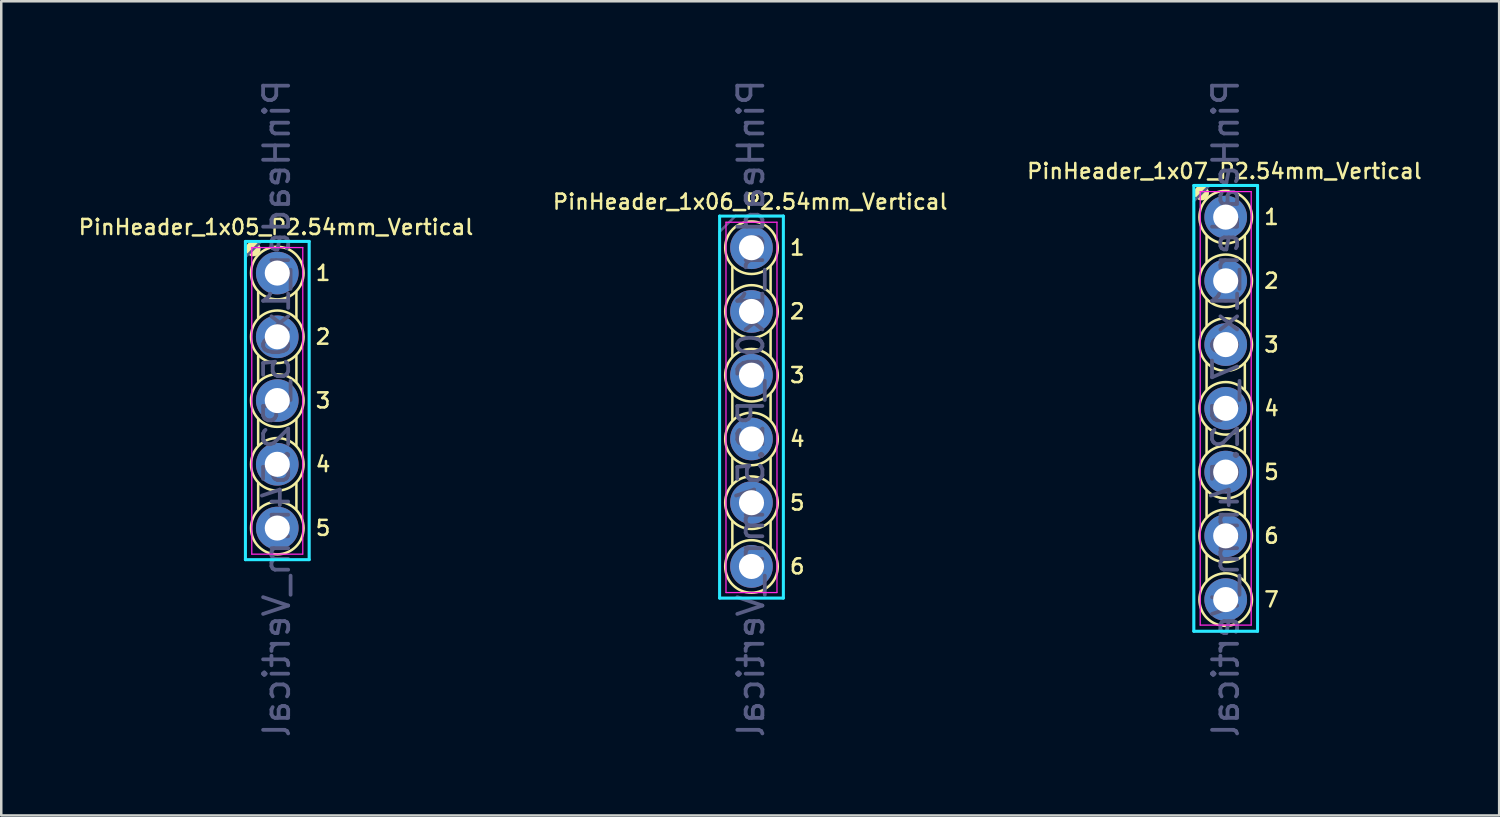
<source format=kicad_pcb>
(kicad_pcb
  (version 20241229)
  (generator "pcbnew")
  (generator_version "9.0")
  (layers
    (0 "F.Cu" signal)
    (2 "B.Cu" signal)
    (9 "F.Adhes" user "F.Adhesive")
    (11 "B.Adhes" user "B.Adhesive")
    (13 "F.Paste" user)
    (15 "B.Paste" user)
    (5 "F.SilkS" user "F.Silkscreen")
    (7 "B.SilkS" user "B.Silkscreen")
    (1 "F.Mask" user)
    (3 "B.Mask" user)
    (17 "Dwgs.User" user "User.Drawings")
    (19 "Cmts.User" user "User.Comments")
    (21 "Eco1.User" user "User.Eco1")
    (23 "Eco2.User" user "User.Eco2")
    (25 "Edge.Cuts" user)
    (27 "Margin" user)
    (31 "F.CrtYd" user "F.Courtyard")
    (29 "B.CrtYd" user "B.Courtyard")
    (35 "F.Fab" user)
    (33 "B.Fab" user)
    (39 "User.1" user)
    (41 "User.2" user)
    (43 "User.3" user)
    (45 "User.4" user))
  (footprint "PinHeader_1x06_P2.54mm_Vertical"
    (layer "F.Cu")
    (at 26.892 6.82)
    (property "Reference" "PinHeader_1x06_P2.54mm_Vertical" (at -0.051 -1.829 0) (layer "F.SilkS") (effects (font (size 0.6 0.6) (thickness 0.1))))
    (attr through_hole)
    (fp_line (start -0.762 0.762) (end -0.762 1.778) (stroke (width 0.1) (type solid)) (layer "F.SilkS"))
    (fp_line (start -0.762 3.302) (end -0.762 4.318) (stroke (width 0.1) (type solid)) (layer "F.SilkS"))
    (fp_line (start -0.762 5.842) (end -0.762 6.858) (stroke (width 0.1) (type solid)) (layer "F.SilkS"))
    (fp_line (start -0.762 8.382) (end -0.762 9.398) (stroke (width 0.1) (type solid)) (layer "F.SilkS"))
    (fp_line (start -0.762 10.922) (end -0.762 11.938) (stroke (width 0.1) (type solid)) (layer "F.SilkS"))
    (fp_line (start 0.762 0.762) (end 0.762 1.778) (stroke (width 0.1) (type solid)) (layer "F.SilkS"))
    (fp_line (start 0.762 3.302) (end 0.762 4.318) (stroke (width 0.1) (type solid)) (layer "F.SilkS"))
    (fp_line (start 0.762 5.842) (end 0.762 6.858) (stroke (width 0.1) (type solid)) (layer "F.SilkS"))
    (fp_line (start 0.762 8.382) (end 0.762 9.398) (stroke (width 0.1) (type solid)) (layer "F.SilkS"))
    (fp_line (start 0.762 10.922) (end 0.762 11.938) (stroke (width 0.1) (type solid)) (layer "F.SilkS"))
    (fp_circle (center 0 0) (end 0.813 0.66) (stroke (width 0.1) (type solid)) (fill no) (layer "F.SilkS"))
    (fp_circle (center 0 2.54) (end 0.813 3.2) (stroke (width 0.1) (type solid)) (fill no) (layer "F.SilkS"))
    (fp_circle (center 0 5.08) (end 0.813 5.74) (stroke (width 0.1) (type solid)) (fill no) (layer "F.SilkS"))
    (fp_circle (center 0 7.62) (end 0.813 8.28) (stroke (width 0.1) (type solid)) (fill no) (layer "F.SilkS"))
    (fp_circle (center 0 10.16) (end 0.813 10.82) (stroke (width 0.1) (type solid)) (fill no) (layer "F.SilkS"))
    (fp_circle (center 0 12.7) (end 0.813 13.36) (stroke (width 0.1) (type solid)) (fill no) (layer "F.SilkS"))
    (fp_line (start -1.27 -1.26) (end -1.27 13.96) (stroke (width 0.12) (type solid)) (layer "B.CrtYd"))
    (fp_line (start -1.27 13.96) (end 1.27 13.96) (stroke (width 0.12) (type solid)) (layer "B.CrtYd"))
    (fp_line (start 1.27 -1.26) (end -1.27 -1.26) (stroke (width 0.12) (type solid)) (layer "B.CrtYd"))
    (fp_line (start 1.27 13.96) (end 1.27 -1.26) (stroke (width 0.12) (type solid)) (layer "B.CrtYd"))
    (fp_line (start -1.016 -1.016) (end -1.016 13.74) (stroke (width 0.05) (type solid)) (layer "F.CrtYd"))
    (fp_line (start -1.012 13.74) (end 1.01 13.74) (stroke (width 0.05) (type solid)) (layer "F.CrtYd"))
    (fp_line (start 1.016 -1.016) (end -1.016 -1.016) (stroke (width 0.05) (type solid)) (layer "F.CrtYd"))
    (fp_line (start 1.016 13.74) (end 1.016 -1.016) (stroke (width 0.05) (type solid)) (layer "F.CrtYd"))
    (fp_line (start -1.27 -0.635) (end -0.635 -1.27) (stroke (width 0.1) (type solid)) (layer "B.Fab"))
    (fp_line (start -1.27 13.95) (end -1.27 -0.635) (stroke (width 0.1) (type solid)) (layer "B.Fab"))
    (fp_line (start -0.635 -1.27) (end 1.27 -1.27) (stroke (width 0.1) (type solid)) (layer "B.Fab"))
    (fp_line (start 1.27 -1.27) (end 1.27 13.96) (stroke (width 0.1) (type solid)) (layer "B.Fab"))
    (fp_line (start 1.27 13.96) (end -1.27 13.96) (stroke (width 0.1) (type solid)) (layer "B.Fab"))
    (fp_text user "5" (at 1.473 10.16 0) (layer "F.SilkS") (effects (font (size 0.6 0.6) (thickness 0.1)) (justify left)))
    (fp_text user "1" (at 1.473 0 0) (layer "F.SilkS") (effects (font (size 0.6 0.6) (thickness 0.1)) (justify left)))
    (fp_text user "2" (at 1.473 2.54 0) (layer "F.SilkS") (effects (font (size 0.6 0.6) (thickness 0.1)) (justify left)))
    (fp_text user "6" (at 1.473 12.7 0) (layer "F.SilkS") (effects (font (size 0.6 0.6) (thickness 0.1)) (justify left)))
    (fp_text user "4" (at 1.473 7.62 0) (layer "F.SilkS") (effects (font (size 0.6 0.6) (thickness 0.1)) (justify left)))
    (fp_text user "3" (at 1.473 5.08 0) (layer "F.SilkS") (effects (font (size 0.6 0.6) (thickness 0.1)) (justify left)))
    (fp_text user "${REFERENCE}" (at -0.02 6.4 90) (layer "B.Fab") (effects (font (size 1 1) (thickness 0.15)) (justify mirror)))
    (pad "1" thru_hole circle (at 0 0) (size 1.7 1.7) (drill 1) (layers "*.Cu" "*.Mask"))
    (pad "2" thru_hole oval (at 0 2.54) (size 1.7 1.7) (drill 1) (layers "*.Cu" "*.Mask"))
    (pad "3" thru_hole oval (at 0 5.08) (size 1.7 1.7) (drill 1) (layers "*.Cu" "*.Mask"))
    (pad "4" thru_hole oval (at 0 7.62) (size 1.7 1.7) (drill 1) (layers "*.Cu" "*.Mask"))
    (pad "5" thru_hole oval (at 0 10.16) (size 1.7 1.7) (drill 1) (layers "*.Cu" "*.Mask"))
    (pad "6" thru_hole oval (at 0 12.7) (size 1.7 1.7) (drill 1) (layers "*.Cu" "*.Mask")))
  (footprint "PinHeader_1x05_P2.54mm_Vertical"
    (layer "F.Cu")
    (at 7.998 7.83)
    (property "Reference" "PinHeader_1x05_P2.54mm_Vertical" (at -0.051 -1.829 0) (layer "F.SilkS") (effects (font (size 0.6 0.6) (thickness 0.1))))
    (attr through_hole)
    (fp_line (start -0.762 0.762) (end -0.762 1.778) (stroke (width 0.1) (type solid)) (layer "F.SilkS"))
    (fp_line (start -0.762 3.302) (end -0.762 4.318) (stroke (width 0.1) (type solid)) (layer "F.SilkS"))
    (fp_line (start -0.762 5.842) (end -0.762 6.858) (stroke (width 0.1) (type solid)) (layer "F.SilkS"))
    (fp_line (start -0.762 8.382) (end -0.762 9.398) (stroke (width 0.1) (type solid)) (layer "F.SilkS"))
    (fp_line (start 0.762 0.762) (end 0.762 1.778) (stroke (width 0.1) (type solid)) (layer "F.SilkS"))
    (fp_line (start 0.762 3.302) (end 0.762 4.318) (stroke (width 0.1) (type solid)) (layer "F.SilkS"))
    (fp_line (start 0.762 5.842) (end 0.762 6.858) (stroke (width 0.1) (type solid)) (layer "F.SilkS"))
    (fp_line (start 0.762 8.382) (end 0.762 9.398) (stroke (width 0.1) (type solid)) (layer "F.SilkS"))
    (fp_circle (center -0.965 -0.965) (end -0.965 -0.965) (stroke (width 0.3) (type solid)) (fill no) (layer "F.SilkS"))
    (fp_circle (center 0 0) (end 0.813 0.66) (stroke (width 0.1) (type solid)) (fill no) (layer "F.SilkS"))
    (fp_circle (center 0 2.54) (end 0.813 3.2) (stroke (width 0.1) (type solid)) (fill no) (layer "F.SilkS"))
    (fp_circle (center 0 5.08) (end 0.813 5.74) (stroke (width 0.1) (type solid)) (fill no) (layer "F.SilkS"))
    (fp_circle (center 0 7.62) (end 0.813 8.28) (stroke (width 0.1) (type solid)) (fill no) (layer "F.SilkS"))
    (fp_circle (center 0 10.16) (end 0.813 10.82) (stroke (width 0.1) (type solid)) (fill no) (layer "F.SilkS"))
    (fp_line (start -1.27 -1.26) (end -1.27 11.42) (stroke (width 0.12) (type solid)) (layer "B.CrtYd"))
    (fp_line (start -1.27 11.42) (end 1.27 11.42) (stroke (width 0.12) (type solid)) (layer "B.CrtYd"))
    (fp_line (start 1.27 -1.26) (end -1.27 -1.26) (stroke (width 0.12) (type solid)) (layer "B.CrtYd"))
    (fp_line (start 1.27 11.42) (end 1.27 -1.26) (stroke (width 0.12) (type solid)) (layer "B.CrtYd"))
    (fp_line (start -1.016 -1.016) (end -1.016 11.2) (stroke (width 0.05) (type solid)) (layer "F.CrtYd"))
    (fp_line (start -1.012 11.2) (end 1.01 11.2) (stroke (width 0.05) (type solid)) (layer "F.CrtYd"))
    (fp_line (start 1.016 -1.016) (end -1.016 -1.016) (stroke (width 0.05) (type solid)) (layer "F.CrtYd"))
    (fp_line (start 1.016 11.2) (end 1.016 -1.016) (stroke (width 0.05) (type solid)) (layer "F.CrtYd"))
    (fp_line (start -1.27 -0.635) (end -0.635 -1.27) (stroke (width 0.1) (type solid)) (layer "B.Fab"))
    (fp_line (start -1.27 11.41) (end -1.27 -0.635) (stroke (width 0.1) (type solid)) (layer "B.Fab"))
    (fp_line (start -0.635 -1.27) (end 1.27 -1.27) (stroke (width 0.1) (type solid)) (layer "B.Fab"))
    (fp_line (start 1.27 -1.27) (end 1.27 11.42) (stroke (width 0.1) (type solid)) (layer "B.Fab"))
    (fp_line (start 1.27 11.42) (end -1.27 11.42) (stroke (width 0.1) (type solid)) (layer "B.Fab"))
    (fp_text user "5" (at 1.473 10.16 0) (layer "F.SilkS") (effects (font (size 0.6 0.6) (thickness 0.1)) (justify left)))
    (fp_text user "4" (at 1.473 7.62 0) (layer "F.SilkS") (effects (font (size 0.6 0.6) (thickness 0.1)) (justify left)))
    (fp_text user "2" (at 1.473 2.54 0) (layer "F.SilkS") (effects (font (size 0.6 0.6) (thickness 0.1)) (justify left)))
    (fp_text user "3" (at 1.473 5.08 0) (layer "F.SilkS") (effects (font (size 0.6 0.6) (thickness 0.1)) (justify left)))
    (fp_text user "1" (at 1.473 0 0) (layer "F.SilkS") (effects (font (size 0.6 0.6) (thickness 0.1)) (justify left)))
    (fp_text user "${REFERENCE}" (at -0.02 5.39 90) (layer "B.Fab") (effects (font (size 1 1) (thickness 0.15)) (justify mirror)))
    (pad "1" thru_hole circle (at 0 0) (size 1.7 1.7) (drill 1) (layers "*.Cu" "*.Mask"))
    (pad "2" thru_hole oval (at 0 2.54) (size 1.7 1.7) (drill 1) (layers "*.Cu" "*.Mask"))
    (pad "3" thru_hole oval (at 0 5.08) (size 1.7 1.7) (drill 1) (layers "*.Cu" "*.Mask"))
    (pad "4" thru_hole oval (at 0 7.62) (size 1.7 1.7) (drill 1) (layers "*.Cu" "*.Mask"))
    (pad "5" thru_hole oval (at 0 10.16) (size 1.7 1.7) (drill 1) (layers "*.Cu" "*.Mask")))
  (footprint "PinHeader_1x07_P2.54mm_Vertical"
    (layer "F.Cu")
    (at 45.787 5.6)
    (property "Reference" "PinHeader_1x07_P2.54mm_Vertical" (at -0.051 -1.829 0) (layer "F.SilkS") (effects (font (size 0.6 0.6) (thickness 0.1))))
    (attr through_hole)
    (fp_line (start -0.762 0.762) (end -0.762 1.778) (stroke (width 0.1) (type solid)) (layer "F.SilkS"))
    (fp_line (start -0.762 3.302) (end -0.762 4.318) (stroke (width 0.1) (type solid)) (layer "F.SilkS"))
    (fp_line (start -0.762 5.842) (end -0.762 6.858) (stroke (width 0.1) (type solid)) (layer "F.SilkS"))
    (fp_line (start -0.762 8.382) (end -0.762 9.398) (stroke (width 0.1) (type solid)) (layer "F.SilkS"))
    (fp_line (start -0.762 10.922) (end -0.762 11.938) (stroke (width 0.1) (type solid)) (layer "F.SilkS"))
    (fp_line (start -0.762 13.462) (end -0.762 14.478) (stroke (width 0.1) (type solid)) (layer "F.SilkS"))
    (fp_line (start 0.762 0.762) (end 0.762 1.778) (stroke (width 0.1) (type solid)) (layer "F.SilkS"))
    (fp_line (start 0.762 3.302) (end 0.762 4.318) (stroke (width 0.1) (type solid)) (layer "F.SilkS"))
    (fp_line (start 0.762 5.842) (end 0.762 6.858) (stroke (width 0.1) (type solid)) (layer "F.SilkS"))
    (fp_line (start 0.762 8.382) (end 0.762 9.398) (stroke (width 0.1) (type solid)) (layer "F.SilkS"))
    (fp_line (start 0.762 10.922) (end 0.762 11.938) (stroke (width 0.1) (type solid)) (layer "F.SilkS"))
    (fp_line (start 0.762 13.462) (end 0.762 14.478) (stroke (width 0.1) (type solid)) (layer "F.SilkS"))
    (fp_circle (center -0.965 -0.965) (end -0.965 -0.965) (stroke (width 0.3) (type solid)) (fill no) (layer "F.SilkS"))
    (fp_circle (center 0 0) (end 0.813 0.66) (stroke (width 0.1) (type solid)) (fill no) (layer "F.SilkS"))
    (fp_circle (center 0 2.54) (end 0.813 3.2) (stroke (width 0.1) (type solid)) (fill no) (layer "F.SilkS"))
    (fp_circle (center 0 5.08) (end 0.813 5.74) (stroke (width 0.1) (type solid)) (fill no) (layer "F.SilkS"))
    (fp_circle (center 0 7.62) (end 0.813 8.28) (stroke (width 0.1) (type solid)) (fill no) (layer "F.SilkS"))
    (fp_circle (center 0 10.16) (end 0.813 10.82) (stroke (width 0.1) (type solid)) (fill no) (layer "F.SilkS"))
    (fp_circle (center 0 12.7) (end 0.813 13.36) (stroke (width 0.1) (type solid)) (fill no) (layer "F.SilkS"))
    (fp_circle (center 0 15.24) (end 0.813 15.9) (stroke (width 0.1) (type solid)) (fill no) (layer "F.SilkS"))
    (fp_line (start -1.27 -1.26) (end -1.27 16.5) (stroke (width 0.12) (type solid)) (layer "B.CrtYd"))
    (fp_line (start -1.27 16.5) (end 1.27 16.5) (stroke (width 0.12) (type solid)) (layer "B.CrtYd"))
    (fp_line (start 1.27 -1.26) (end -1.27 -1.26) (stroke (width 0.12) (type solid)) (layer "B.CrtYd"))
    (fp_line (start 1.27 16.5) (end 1.27 -1.26) (stroke (width 0.12) (type solid)) (layer "B.CrtYd"))
    (fp_line (start -1.016 -1.016) (end -1.016 16.256) (stroke (width 0.05) (type solid)) (layer "F.CrtYd"))
    (fp_line (start -1.016 16.256) (end 1.016 16.256) (stroke (width 0.05) (type solid)) (layer "F.CrtYd"))
    (fp_line (start 1.016 -1.016) (end -1.016 -1.016) (stroke (width 0.05) (type solid)) (layer "F.CrtYd"))
    (fp_line (start 1.016 16.256) (end 1.016 -1.016) (stroke (width 0.05) (type solid)) (layer "F.CrtYd"))
    (fp_line (start -1.27 -0.635) (end -0.635 -1.27) (stroke (width 0.1) (type solid)) (layer "B.Fab"))
    (fp_line (start -1.27 16.51) (end -1.27 -0.635) (stroke (width 0.1) (type solid)) (layer "B.Fab"))
    (fp_line (start -0.635 -1.27) (end 1.27 -1.27) (stroke (width 0.1) (type solid)) (layer "B.Fab"))
    (fp_line (start 1.27 -1.27) (end 1.27 16.51) (stroke (width 0.1) (type solid)) (layer "B.Fab"))
    (fp_line (start 1.27 16.51) (end -1.27 16.51) (stroke (width 0.1) (type solid)) (layer "B.Fab"))
    (fp_text user "2" (at 1.473 2.54 0) (layer "F.SilkS") (effects (font (size 0.6 0.6) (thickness 0.1)) (justify left)))
    (fp_text user "1" (at 1.473 0 0) (layer "F.SilkS") (effects (font (size 0.6 0.6) (thickness 0.1)) (justify left)))
    (fp_text user "4" (at 1.473 7.62 0) (layer "F.SilkS") (effects (font (size 0.6 0.6) (thickness 0.1)) (justify left)))
    (fp_text user "3" (at 1.473 5.08 0) (layer "F.SilkS") (effects (font (size 0.6 0.6) (thickness 0.1)) (justify left)))
    (fp_text user "5" (at 1.473 10.16 0) (layer "F.SilkS") (effects (font (size 0.6 0.6) (thickness 0.1)) (justify left)))
    (fp_text user "7" (at 1.473 15.24 0) (layer "F.SilkS") (effects (font (size 0.6 0.6) (thickness 0.1)) (justify left)))
    (fp_text user "6" (at 1.473 12.7 0) (layer "F.SilkS") (effects (font (size 0.6 0.6) (thickness 0.1)) (justify left)))
    (fp_text user "${REFERENCE}" (at 0 7.62 90) (layer "B.Fab") (effects (font (size 1 1) (thickness 0.15)) (justify mirror)))
    (pad "1" thru_hole circle (at 0 0) (size 1.7 1.7) (drill 1) (layers "*.Cu" "*.Mask"))
    (pad "2" thru_hole oval (at 0 2.54) (size 1.7 1.7) (drill 1) (layers "*.Cu" "*.Mask"))
    (pad "3" thru_hole oval (at 0 5.08) (size 1.7 1.7) (drill 1) (layers "*.Cu" "*.Mask"))
    (pad "4" thru_hole oval (at 0 7.62) (size 1.7 1.7) (drill 1) (layers "*.Cu" "*.Mask"))
    (pad "5" thru_hole oval (at 0 10.16) (size 1.7 1.7) (drill 1) (layers "*.Cu" "*.Mask"))
    (pad "6" thru_hole oval (at 0 12.7) (size 1.7 1.7) (drill 1) (layers "*.Cu" "*.Mask"))
    (pad "7" thru_hole oval (at 0 15.24) (size 1.7 1.7) (drill 1) (layers "*.Cu" "*.Mask")))
  (gr_rect
    (start -3 -3)
    (end 56.683 29.44)
    (stroke (width 0.1) (type default))
    (fill no)
    (layer "Edge.Cuts")))
</source>
